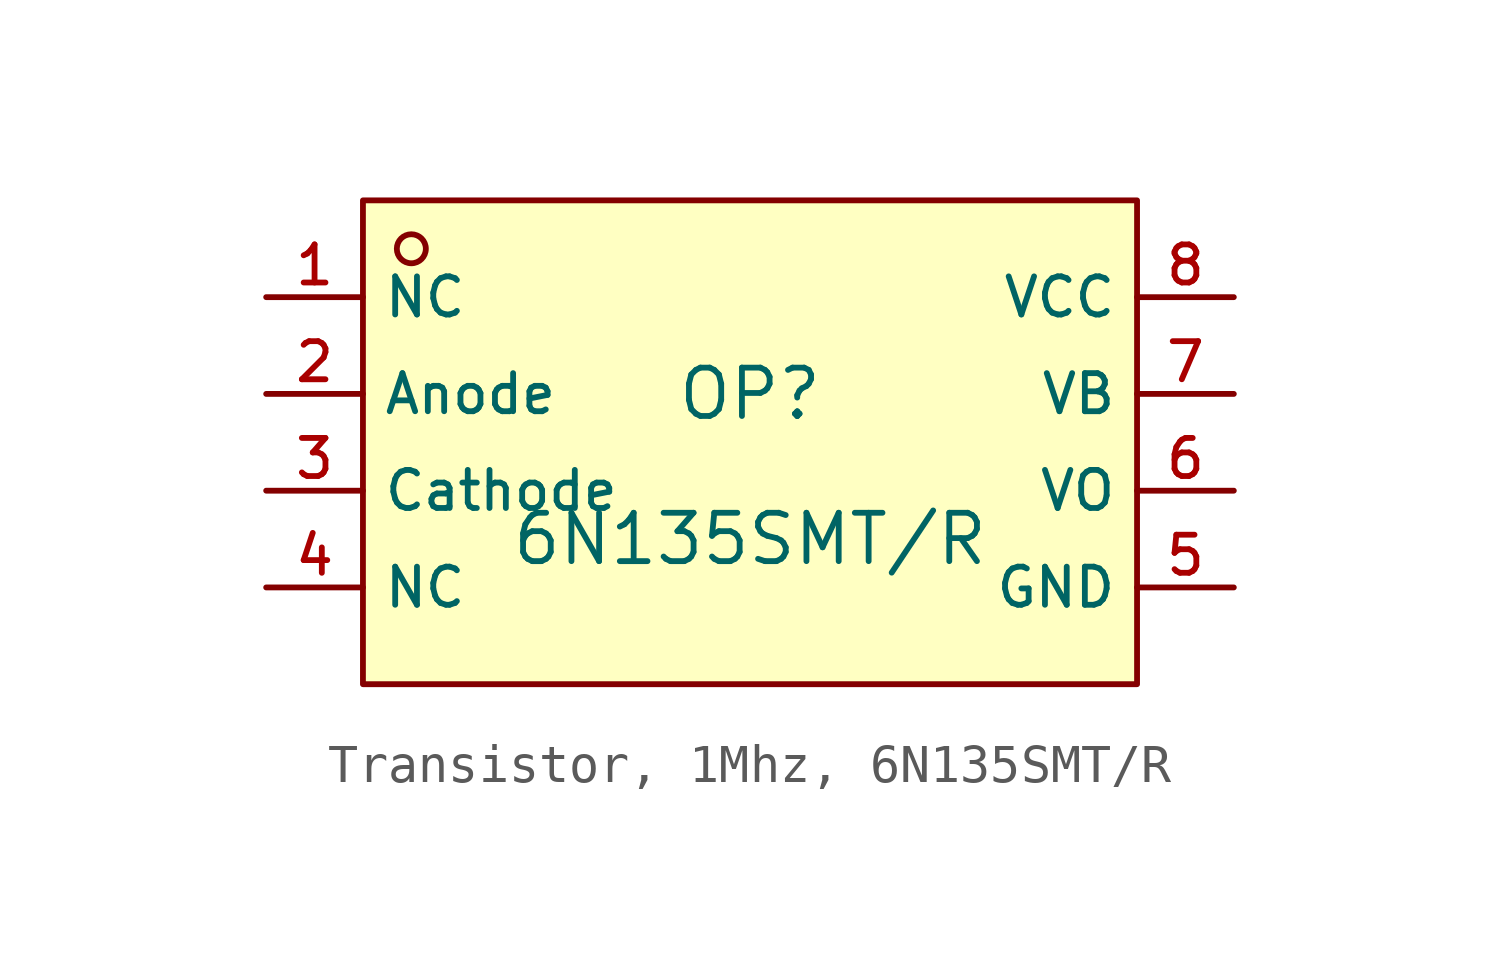
<source format=kicad_sym>
(kicad_symbol_lib
  (version 20231120)
  (generator "CDFER_Archive_Tool")
  (generator_version "0.0")
  (symbol "Transistor, 1Mhz, 6N135SMT/R"
    (property "Reference" "OP"
      (at 0 1.27 0)
      (effects (font (size 1.27 1.27))))
    (property "Value" "6N135SMT{slash}R"
      (at 0 -2.54 0)
      (effects (font (size 1.27 1.27))))
    (symbol "Transistor, 1Mhz, 6N135SMT/R_0_1"
      (rectangle (start -10.16 6.35) (end 10.16 -6.35) (stroke (width 0) (type default)) (fill (type background)))
      (circle (center -8.89 5.08) (radius 0.381) (stroke (width 0) (type default)) (fill (type background)))
      (pin unspecified line (at -12.7 3.81 0) (length 2.54) (name "NC" (effects (font (size 1 1)))) (number "1" (effects (font (size 1 1)))))
      (pin unspecified line (at -12.7 1.27 0) (length 2.54) (name "Anode" (effects (font (size 1 1)))) (number "2" (effects (font (size 1 1)))))
      (pin unspecified line (at -12.7 -1.27 0) (length 2.54) (name "Cathode" (effects (font (size 1 1)))) (number "3" (effects (font (size 1 1)))))
      (pin unspecified line (at -12.7 -3.81 0) (length 2.54) (name "NC" (effects (font (size 1 1)))) (number "4" (effects (font (size 1 1)))))
      (pin unspecified line (at 12.7 -3.81 180) (length 2.54) (name "GND" (effects (font (size 1 1)))) (number "5" (effects (font (size 1 1)))))
      (pin unspecified line (at 12.7 -1.27 180) (length 2.54) (name "VO" (effects (font (size 1 1)))) (number "6" (effects (font (size 1 1)))))
      (pin unspecified line (at 12.7 1.27 180) (length 2.54) (name "VB" (effects (font (size 1 1)))) (number "7" (effects (font (size 1 1)))))
      (pin unspecified line (at 12.7 3.81 180) (length 2.54) (name "VCC" (effects (font (size 1 1)))) (number "8" (effects (font (size 1 1))))))))
</source>
